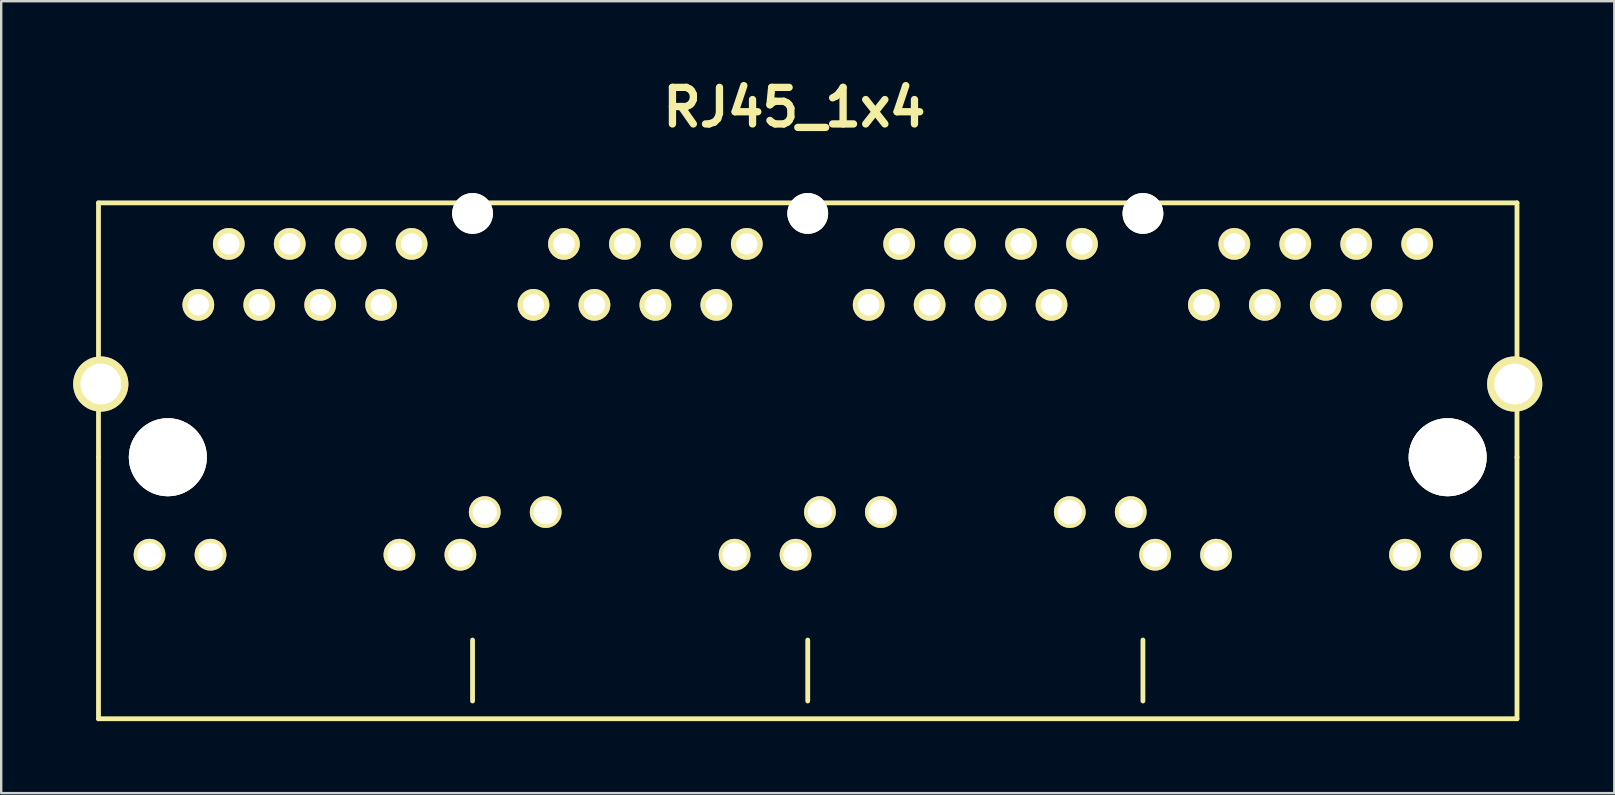
<source format=kicad_pcb>
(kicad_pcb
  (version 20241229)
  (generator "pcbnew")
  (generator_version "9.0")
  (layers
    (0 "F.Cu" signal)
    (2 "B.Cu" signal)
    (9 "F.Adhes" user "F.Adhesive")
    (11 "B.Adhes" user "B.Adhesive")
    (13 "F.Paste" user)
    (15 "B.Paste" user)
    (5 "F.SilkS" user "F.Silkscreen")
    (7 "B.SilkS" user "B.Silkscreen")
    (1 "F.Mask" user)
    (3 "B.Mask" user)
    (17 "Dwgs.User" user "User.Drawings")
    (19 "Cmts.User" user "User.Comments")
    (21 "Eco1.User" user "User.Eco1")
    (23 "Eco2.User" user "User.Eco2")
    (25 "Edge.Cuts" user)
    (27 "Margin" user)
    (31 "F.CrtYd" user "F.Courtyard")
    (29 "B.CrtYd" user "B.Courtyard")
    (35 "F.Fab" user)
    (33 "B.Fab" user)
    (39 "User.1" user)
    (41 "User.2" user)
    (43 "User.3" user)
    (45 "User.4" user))
  (footprint "RJ45_1x4"
    (layer "F.Cu")
    (at 30.615 16.006)
    (property "Reference" "RJ45_1x4" (at -0.559 -14.58 0) (layer "F.SilkS") (effects (font (size 1.524 1.524) (thickness 0.305))))
    (attr through_hole)
    (fp_line (start -29.56 -10.6) (end -29.56 0) (stroke (width 0.2) (type solid)) (layer "F.SilkS"))
    (fp_line (start -29.56 0) (end -29.56 10.9) (stroke (width 0.2) (type solid)) (layer "F.SilkS"))
    (fp_line (start -29.56 10.9) (end 29.56 10.9) (stroke (width 0.2) (type solid)) (layer "F.SilkS"))
    (fp_line (start -13.97 7.62) (end -13.97 10.16) (stroke (width 0.2) (type solid)) (layer "F.SilkS"))
    (fp_line (start 0 7.62) (end 0 10.16) (stroke (width 0.2) (type solid)) (layer "F.SilkS"))
    (fp_line (start 13.97 7.62) (end 13.97 10.16) (stroke (width 0.2) (type solid)) (layer "F.SilkS"))
    (fp_line (start 29.56 -10.6) (end -29.56 -10.6) (stroke (width 0.2) (type solid)) (layer "F.SilkS"))
    (fp_line (start 29.56 0) (end 29.56 -10.6) (stroke (width 0.2) (type solid)) (layer "F.SilkS"))
    (fp_line (start 29.56 10.9) (end 29.56 0) (stroke (width 0.2) (type solid)) (layer "F.SilkS"))
    (pad "" np_thru_hole circle (at -26.67 0 180) (size 3.251 3.251) (drill 3.251) (layers "*.Cu" "*.SilkS" "*.Mask"))
    (pad "" np_thru_hole circle (at -13.97 -10.16 180) (size 1.7 1.7) (drill 1.7) (layers "*.Cu" "*.Mask" "F.SilkS"))
    (pad "" np_thru_hole circle (at 0 -10.16 180) (size 1.7 1.7) (drill 1.7) (layers "*.Cu" "*.Mask" "F.SilkS"))
    (pad "" np_thru_hole circle (at 13.97 -10.16 180) (size 1.7 1.7) (drill 1.7) (layers "*.Cu" "*.Mask" "F.SilkS"))
    (pad "" np_thru_hole circle (at 26.67 0 180) (size 3.251 3.251) (drill 3.251) (layers "*.Cu" "*.SilkS" "*.Mask"))
    (pad "A1" thru_hole circle (at 16.51 -6.35 180) (size 1.321 1.321) (drill 0.889) (layers "*.Cu" "*.Mask" "F.SilkS"))
    (pad "A2" thru_hole circle (at 17.78 -8.89 180) (size 1.321 1.321) (drill 0.889) (layers "*.Cu" "*.Mask" "F.SilkS"))
    (pad "A3" thru_hole circle (at 19.05 -6.35 180) (size 1.321 1.321) (drill 0.889) (layers "*.Cu" "*.Mask" "F.SilkS"))
    (pad "A4" thru_hole circle (at 20.32 -8.89 180) (size 1.321 1.321) (drill 0.889) (layers "*.Cu" "*.Mask" "F.SilkS"))
    (pad "A5" thru_hole circle (at 21.59 -6.35 180) (size 1.321 1.321) (drill 0.889) (layers "*.Cu" "*.Mask" "F.SilkS"))
    (pad "A6" thru_hole circle (at 22.86 -8.89 180) (size 1.321 1.321) (drill 0.889) (layers "*.Cu" "*.Mask" "F.SilkS"))
    (pad "A7" thru_hole circle (at 24.13 -6.35 180) (size 1.321 1.321) (drill 0.889) (layers "*.Cu" "*.Mask" "F.SilkS"))
    (pad "A8" thru_hole circle (at 25.4 -8.89 180) (size 1.321 1.321) (drill 0.889) (layers "*.Cu" "*.Mask" "F.SilkS"))
    (pad "A9" thru_hole circle (at 14.478 4.064 180) (size 1.321 1.321) (drill 1.016) (layers "*.Cu" "*.Mask" "F.SilkS"))
    (pad "A10" thru_hole circle (at 17.018 4.064 180) (size 1.321 1.321) (drill 1.016) (layers "*.Cu" "*.Mask" "F.SilkS"))
    (pad "A11" thru_hole circle (at 24.892 4.064 180) (size 1.321 1.321) (drill 1.016) (layers "*.Cu" "*.Mask" "F.SilkS"))
    (pad "A12" thru_hole circle (at 27.432 4.064 180) (size 1.321 1.321) (drill 1.016) (layers "*.Cu" "*.Mask" "F.SilkS"))
    (pad "B1" thru_hole circle (at 2.54 -6.35 180) (size 1.321 1.321) (drill 0.889) (layers "*.Cu" "*.Mask" "F.SilkS"))
    (pad "B2" thru_hole circle (at 3.81 -8.89 180) (size 1.321 1.321) (drill 0.889) (layers "*.Cu" "*.Mask" "F.SilkS"))
    (pad "B3" thru_hole circle (at 5.08 -6.35 180) (size 1.321 1.321) (drill 0.889) (layers "*.Cu" "*.Mask" "F.SilkS"))
    (pad "B4" thru_hole circle (at 6.35 -8.89 180) (size 1.321 1.321) (drill 0.889) (layers "*.Cu" "*.Mask" "F.SilkS"))
    (pad "B5" thru_hole circle (at 7.62 -6.35 180) (size 1.321 1.321) (drill 0.889) (layers "*.Cu" "*.Mask" "F.SilkS"))
    (pad "B6" thru_hole circle (at 8.89 -8.89 180) (size 1.321 1.321) (drill 0.889) (layers "*.Cu" "*.Mask" "F.SilkS"))
    (pad "B7" thru_hole circle (at 10.16 -6.35 180) (size 1.321 1.321) (drill 0.889) (layers "*.Cu" "*.Mask" "F.SilkS"))
    (pad "B8" thru_hole circle (at 11.43 -8.89 180) (size 1.321 1.321) (drill 0.889) (layers "*.Cu" "*.Mask" "F.SilkS"))
    (pad "B9" thru_hole circle (at 0.508 2.286 180) (size 1.321 1.321) (drill 1.016) (layers "*.Cu" "*.Mask" "F.SilkS"))
    (pad "B10" thru_hole circle (at 3.048 2.286 180) (size 1.321 1.321) (drill 1.016) (layers "*.Cu" "*.Mask" "F.SilkS"))
    (pad "B11" thru_hole circle (at 10.922 2.286 180) (size 1.321 1.321) (drill 1.016) (layers "*.Cu" "*.Mask" "F.SilkS"))
    (pad "B12" thru_hole circle (at 13.462 2.286 180) (size 1.321 1.321) (drill 1.016) (layers "*.Cu" "*.Mask" "F.SilkS"))
    (pad "C1" thru_hole circle (at -11.43 -6.35 180) (size 1.321 1.321) (drill 0.889) (layers "*.Cu" "*.Mask" "F.SilkS"))
    (pad "C2" thru_hole circle (at -10.16 -8.89 180) (size 1.321 1.321) (drill 0.889) (layers "*.Cu" "*.Mask" "F.SilkS"))
    (pad "C3" thru_hole circle (at -8.89 -6.35 180) (size 1.321 1.321) (drill 0.889) (layers "*.Cu" "*.Mask" "F.SilkS"))
    (pad "C4" thru_hole circle (at -7.62 -8.89 180) (size 1.321 1.321) (drill 0.889) (layers "*.Cu" "*.Mask" "F.SilkS"))
    (pad "C5" thru_hole circle (at -6.35 -6.35 180) (size 1.321 1.321) (drill 0.889) (layers "*.Cu" "*.Mask" "F.SilkS"))
    (pad "C6" thru_hole circle (at -5.08 -8.89 180) (size 1.321 1.321) (drill 0.889) (layers "*.Cu" "*.Mask" "F.SilkS"))
    (pad "C7" thru_hole circle (at -3.81 -6.35 180) (size 1.321 1.321) (drill 0.889) (layers "*.Cu" "*.Mask" "F.SilkS"))
    (pad "C8" thru_hole circle (at -2.54 -8.89 180) (size 1.321 1.321) (drill 0.889) (layers "*.Cu" "*.Mask" "F.SilkS"))
    (pad "C9" thru_hole circle (at -13.462 2.286 180) (size 1.321 1.321) (drill 1.016) (layers "*.Cu" "*.Mask" "F.SilkS"))
    (pad "C10" thru_hole circle (at -10.922 2.286 180) (size 1.321 1.321) (drill 1.016) (layers "*.Cu" "*.Mask" "F.SilkS"))
    (pad "C11" thru_hole circle (at -3.048 4.064 180) (size 1.321 1.321) (drill 1.016) (layers "*.Cu" "*.Mask" "F.SilkS"))
    (pad "C12" thru_hole circle (at -0.508 4.064 180) (size 1.321 1.321) (drill 1.016) (layers "*.Cu" "*.Mask" "F.SilkS"))
    (pad "D1" thru_hole circle (at -25.4 -6.35 180) (size 1.321 1.321) (drill 0.889) (layers "*.Cu" "*.Mask" "F.SilkS"))
    (pad "D2" thru_hole circle (at -24.13 -8.89 180) (size 1.321 1.321) (drill 0.889) (layers "*.Cu" "*.Mask" "F.SilkS"))
    (pad "D3" thru_hole circle (at -22.86 -6.35 180) (size 1.321 1.321) (drill 0.889) (layers "*.Cu" "*.Mask" "F.SilkS"))
    (pad "D4" thru_hole circle (at -21.59 -8.89 180) (size 1.321 1.321) (drill 0.889) (layers "*.Cu" "*.Mask" "F.SilkS"))
    (pad "D5" thru_hole circle (at -20.32 -6.35 180) (size 1.321 1.321) (drill 0.889) (layers "*.Cu" "*.Mask" "F.SilkS"))
    (pad "D6" thru_hole circle (at -19.05 -8.89 180) (size 1.321 1.321) (drill 0.889) (layers "*.Cu" "*.Mask" "F.SilkS"))
    (pad "D7" thru_hole circle (at -17.78 -6.35 180) (size 1.321 1.321) (drill 0.889) (layers "*.Cu" "*.Mask" "F.SilkS"))
    (pad "D8" thru_hole circle (at -16.51 -8.89 180) (size 1.321 1.321) (drill 0.889) (layers "*.Cu" "*.Mask" "F.SilkS"))
    (pad "D9" thru_hole circle (at -27.432 4.064 180) (size 1.321 1.321) (drill 1.016) (layers "*.Cu" "*.Mask" "F.SilkS"))
    (pad "D10" thru_hole circle (at -24.892 4.064 180) (size 1.321 1.321) (drill 1.016) (layers "*.Cu" "*.Mask" "F.SilkS"))
    (pad "D11" thru_hole circle (at -17.018 4.064 180) (size 1.321 1.321) (drill 1.016) (layers "*.Cu" "*.Mask" "F.SilkS"))
    (pad "D12" thru_hole circle (at -14.478 4.064 180) (size 1.321 1.321) (drill 1.016) (layers "*.Cu" "*.Mask" "F.SilkS"))
    (pad "EGND" thru_hole circle (at -29.465 -3.05 180) (size 2.3 2.3) (drill 1.7) (layers "*.Cu" "*.Mask" "F.SilkS"))
    (pad "EGND" thru_hole circle (at 29.465 -3.05 180) (size 2.3 2.3) (drill 1.7) (layers "*.Cu" "*.Mask" "F.SilkS")))
  (gr_rect
    (start -3 -3)
    (end 64.23 30.006)
    (stroke (width 0.1) (type default))
    (fill no)
    (layer "Edge.Cuts")))
</source>
